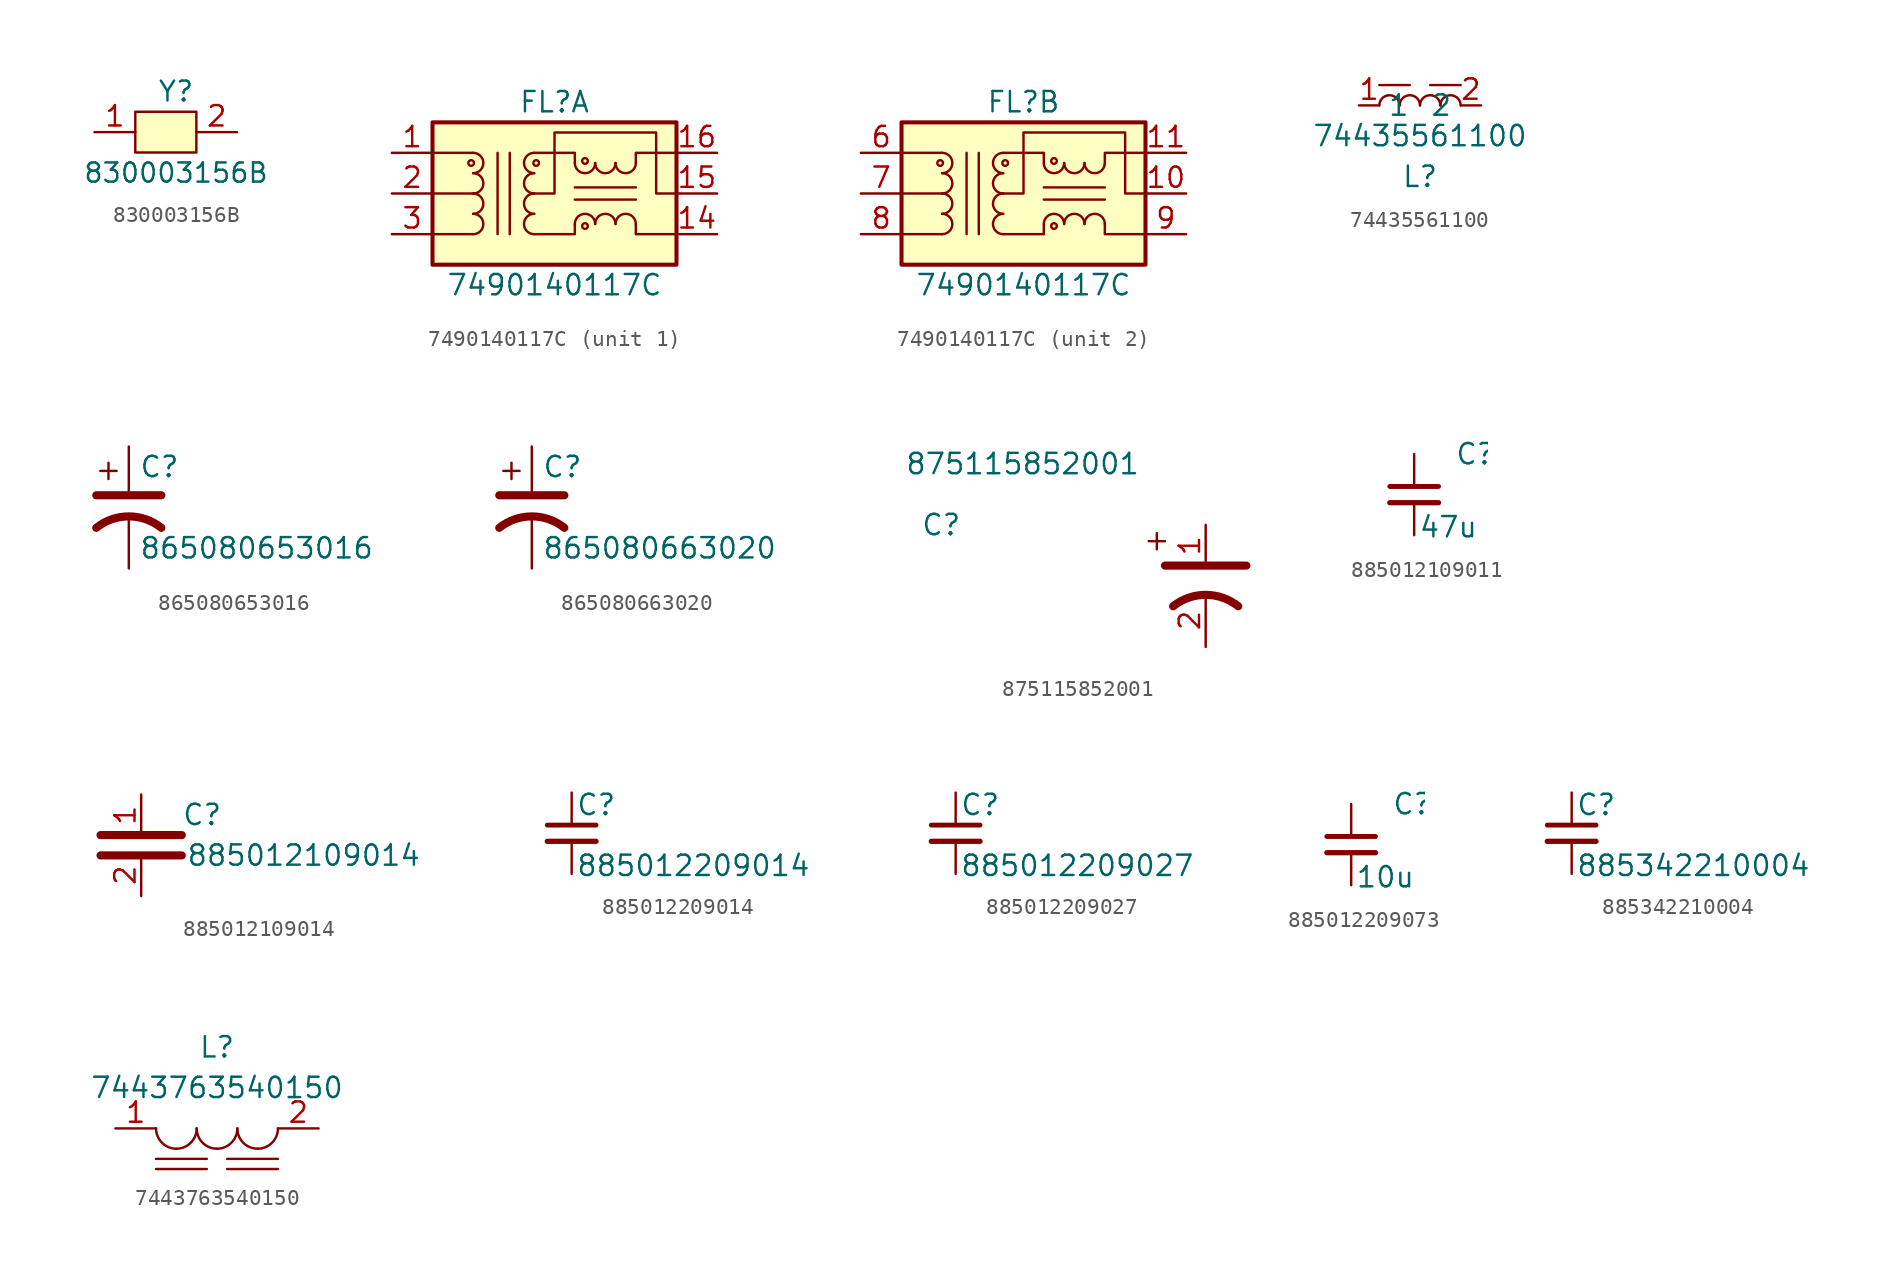
<source format=kicad_sym>
(kicad_symbol_lib
  (version 20231120)
  (generator "kicad_symbol_editor")
  (generator_version "8.0")
  (symbol "830003156B"
    (pin_names
      (offset 1.016))
    (property "Reference" "Y"
      (at 0 2.54 0)
      (effects (font (size 1.245 1.245))))
    (property "Value" "830003156B"
      (at 0 -2.54 0)
      (effects (font (size 1.194 1.194))))
    (symbol "830003156B_0_1"
      (rectangle (start -2.54 1.27) (end 1.27 -1.27) (stroke (width 0) (type default)) (fill (type background))))
    (symbol "830003156B_1_1"
      (pin bidirectional line (at -5.08 0 0) (length 2.54) (name "~" (effects (font (size 1.27 1.27)))) (number "1" (effects (font (size 1.27 1.27)))))
      (pin bidirectional line (at 3.81 0 180) (length 2.54) (name "~" (effects (font (size 1.27 1.27)))) (number "2" (effects (font (size 1.27 1.27)))))))
  (symbol "7490140117C"
    (pin_names
      (offset 0.254) hide)
    (property "Reference" "FL"
      (at 0 5.715 0)
      (effects (font (size 1.27 1.27))))
    (property "Value" "7490140117C"
      (at 0 -5.715 0)
      (effects (font (size 1.27 1.27))))
    (property "ki_locked" ""
      (at 0 0 0)
      (effects (font (size 1.27 1.27))))
    (symbol "7490140117C_1_1"
      (rectangle (start -7.62 4.445) (end 7.62 -4.445) (stroke (width 0.254) (type default)) (fill (type background)))
      (circle (center -5.207 1.905) (radius 0.178) (stroke (width 0) (type default)) (fill (type none)))
      (arc (start -5.08 -2.54) (mid -4.4477 -1.905) (end -5.08 -1.27) (stroke (width 0) (type default)) (fill (type none)))
      (arc (start -5.08 -1.27) (mid -4.4477 -0.635) (end -5.08 0) (stroke (width 0) (type default)) (fill (type none)))
      (arc (start -5.08 0) (mid -4.4477 0.635) (end -5.08 1.27) (stroke (width 0) (type default)) (fill (type none)))
      (arc (start -5.08 1.27) (mid -4.4477 1.905) (end -5.08 2.54) (stroke (width 0) (type default)) (fill (type none)))
      (arc (start -1.27 -1.27) (mid -1.9023 -1.905) (end -1.27 -2.54) (stroke (width 0) (type default)) (fill (type none)))
      (arc (start -1.27 0) (mid -1.9023 -0.635) (end -1.27 -1.27) (stroke (width 0) (type default)) (fill (type none)))
      (arc (start -1.27 1.27) (mid -1.9023 0.635) (end -1.27 0) (stroke (width 0) (type default)) (fill (type none)))
      (arc (start -1.27 2.54) (mid -1.9023 1.905) (end -1.27 1.27) (stroke (width 0) (type default)) (fill (type none)))
      (circle (center -1.143 1.905) (radius 0.178) (stroke (width 0) (type default)) (fill (type none)))
      (polyline (pts (xy -5.08 -2.54) (xy -7.62 -2.54)) (stroke (width 0) (type default)) (fill (type none)))
      (polyline (pts (xy -5.08 0) (xy -7.62 0)) (stroke (width 0) (type default)) (fill (type none)))
      (polyline (pts (xy -5.08 2.54) (xy -7.62 2.54)) (stroke (width 0) (type default)) (fill (type none)))
      (polyline (pts (xy -3.556 -2.54) (xy -3.556 2.54)) (stroke (width 0) (type default)) (fill (type none)))
      (polyline (pts (xy -2.794 2.54) (xy -2.794 -2.54)) (stroke (width 0) (type default)) (fill (type none)))
      (polyline (pts (xy 1.27 -0.381) (xy 5.08 -0.381)) (stroke (width 0) (type default)) (fill (type none)))
      (polyline (pts (xy 1.27 0.381) (xy 5.08 0.381)) (stroke (width 0) (type default)) (fill (type none)))
      (polyline (pts (xy -1.27 -2.54) (xy 1.27 -2.54) (xy 1.27 -1.905)) (stroke (width 0) (type default)) (fill (type none)))
      (polyline (pts (xy 1.27 1.905) (xy 1.27 2.54) (xy -1.27 2.54)) (stroke (width 0) (type default)) (fill (type none)))
      (polyline (pts (xy 5.08 -1.905) (xy 5.08 -2.54) (xy 7.62 -2.54)) (stroke (width 0) (type default)) (fill (type none)))
      (polyline (pts (xy 5.08 1.905) (xy 5.08 2.54) (xy 7.62 2.54)) (stroke (width 0) (type default)) (fill (type none)))
      (polyline (pts (xy -1.27 0) (xy 0 0) (xy 0 3.81) (xy 6.35 3.81) (xy 6.35 0) (xy 7.62 0)) (stroke (width 0) (type default)) (fill (type none)))
      (arc (start 1.27 1.905) (mid 1.905 1.2727) (end 2.54 1.905) (stroke (width 0) (type default)) (fill (type none)))
      (circle (center 1.905 -2.032) (radius 0.178) (stroke (width 0) (type default)) (fill (type none)))
      (circle (center 1.905 2.032) (radius 0.178) (stroke (width 0) (type default)) (fill (type none)))
      (arc (start 2.54 -1.905) (mid 1.905 -1.2727) (end 1.27 -1.905) (stroke (width 0) (type default)) (fill (type none)))
      (arc (start 2.54 1.905) (mid 3.175 1.2727) (end 3.81 1.905) (stroke (width 0) (type default)) (fill (type none)))
      (arc (start 3.81 -1.905) (mid 3.175 -1.2727) (end 2.54 -1.905) (stroke (width 0) (type default)) (fill (type none)))
      (arc (start 3.81 1.905) (mid 4.445 1.2727) (end 5.08 1.905) (stroke (width 0) (type default)) (fill (type none)))
      (arc (start 5.08 -1.905) (mid 4.445 -1.2727) (end 3.81 -1.905) (stroke (width 0) (type default)) (fill (type none)))
      (pin passive line (at -10.16 2.54 0) (length 2.54) (name "TD+" (effects (font (size 1.27 1.27)))) (number "1" (effects (font (size 1.27 1.27)))))
      (pin passive line (at 10.16 -2.54 180) (length 2.54) (name "TX-" (effects (font (size 1.27 1.27)))) (number "14" (effects (font (size 1.27 1.27)))))
      (pin passive line (at 10.16 0 180) (length 2.54) (name "CMT" (effects (font (size 1.27 1.27)))) (number "15" (effects (font (size 1.27 1.27)))))
      (pin passive line (at 10.16 2.54 180) (length 2.54) (name "TX+" (effects (font (size 1.27 1.27)))) (number "16" (effects (font (size 1.27 1.27)))))
      (pin passive line (at -10.16 0 0) (length 2.54) (name "TCT" (effects (font (size 1.27 1.27)))) (number "2" (effects (font (size 1.27 1.27)))))
      (pin passive line (at -10.16 -2.54 0) (length 2.54) (name "TD-" (effects (font (size 1.27 1.27)))) (number "3" (effects (font (size 1.27 1.27))))))
    (symbol "7490140117C_2_1"
      (rectangle (start -7.62 4.445) (end 7.62 -4.445) (stroke (width 0.254) (type default)) (fill (type background)))
      (circle (center -5.207 1.905) (radius 0.178) (stroke (width 0) (type default)) (fill (type none)))
      (arc (start -5.08 -2.54) (mid -4.4477 -1.905) (end -5.08 -1.27) (stroke (width 0) (type default)) (fill (type none)))
      (arc (start -5.08 -1.27) (mid -4.4477 -0.635) (end -5.08 0) (stroke (width 0) (type default)) (fill (type none)))
      (arc (start -5.08 0) (mid -4.4477 0.635) (end -5.08 1.27) (stroke (width 0) (type default)) (fill (type none)))
      (arc (start -5.08 1.27) (mid -4.4477 1.905) (end -5.08 2.54) (stroke (width 0) (type default)) (fill (type none)))
      (arc (start -1.27 -1.27) (mid -1.9023 -1.905) (end -1.27 -2.54) (stroke (width 0) (type default)) (fill (type none)))
      (arc (start -1.27 0) (mid -1.9023 -0.635) (end -1.27 -1.27) (stroke (width 0) (type default)) (fill (type none)))
      (arc (start -1.27 1.27) (mid -1.9023 0.635) (end -1.27 0) (stroke (width 0) (type default)) (fill (type none)))
      (arc (start -1.27 2.54) (mid -1.9023 1.905) (end -1.27 1.27) (stroke (width 0) (type default)) (fill (type none)))
      (circle (center -1.143 1.905) (radius 0.178) (stroke (width 0) (type default)) (fill (type none)))
      (polyline (pts (xy -5.08 -2.54) (xy -7.62 -2.54)) (stroke (width 0) (type default)) (fill (type none)))
      (polyline (pts (xy -5.08 0) (xy -7.62 0)) (stroke (width 0) (type default)) (fill (type none)))
      (polyline (pts (xy -5.08 2.54) (xy -7.62 2.54)) (stroke (width 0) (type default)) (fill (type none)))
      (polyline (pts (xy -3.556 -2.54) (xy -3.556 2.54)) (stroke (width 0) (type default)) (fill (type none)))
      (polyline (pts (xy -2.794 2.54) (xy -2.794 -2.54)) (stroke (width 0) (type default)) (fill (type none)))
      (polyline (pts (xy 1.27 -0.381) (xy 5.08 -0.381)) (stroke (width 0) (type default)) (fill (type none)))
      (polyline (pts (xy 1.27 0.381) (xy 5.08 0.381)) (stroke (width 0) (type default)) (fill (type none)))
      (polyline (pts (xy -1.27 -2.54) (xy 1.27 -2.54) (xy 1.27 -1.905)) (stroke (width 0) (type default)) (fill (type none)))
      (polyline (pts (xy 1.27 1.905) (xy 1.27 2.54) (xy -1.27 2.54)) (stroke (width 0) (type default)) (fill (type none)))
      (polyline (pts (xy 5.08 -1.905) (xy 5.08 -2.54) (xy 7.62 -2.54)) (stroke (width 0) (type default)) (fill (type none)))
      (polyline (pts (xy 5.08 1.905) (xy 5.08 2.54) (xy 7.62 2.54)) (stroke (width 0) (type default)) (fill (type none)))
      (polyline (pts (xy -1.27 0) (xy 0 0) (xy 0 3.81) (xy 6.35 3.81) (xy 6.35 0) (xy 7.62 0)) (stroke (width 0) (type default)) (fill (type none)))
      (arc (start 1.27 1.905) (mid 1.905 1.2727) (end 2.54 1.905) (stroke (width 0) (type default)) (fill (type none)))
      (circle (center 1.905 -2.032) (radius 0.178) (stroke (width 0) (type default)) (fill (type none)))
      (circle (center 1.905 2.032) (radius 0.178) (stroke (width 0) (type default)) (fill (type none)))
      (arc (start 2.54 -1.905) (mid 1.905 -1.2727) (end 1.27 -1.905) (stroke (width 0) (type default)) (fill (type none)))
      (arc (start 2.54 1.905) (mid 3.175 1.2727) (end 3.81 1.905) (stroke (width 0) (type default)) (fill (type none)))
      (arc (start 3.81 -1.905) (mid 3.175 -1.2727) (end 2.54 -1.905) (stroke (width 0) (type default)) (fill (type none)))
      (arc (start 3.81 1.905) (mid 4.445 1.2727) (end 5.08 1.905) (stroke (width 0) (type default)) (fill (type none)))
      (arc (start 5.08 -1.905) (mid 4.445 -1.2727) (end 3.81 -1.905) (stroke (width 0) (type default)) (fill (type none)))
      (pin passive line (at 10.16 0 180) (length 2.54) (name "CMT" (effects (font (size 1.27 1.27)))) (number "10" (effects (font (size 1.27 1.27)))))
      (pin passive line (at 10.16 2.54 180) (length 2.54) (name "RX+" (effects (font (size 1.27 1.27)))) (number "11" (effects (font (size 1.27 1.27)))))
      (pin passive line (at -10.16 2.54 0) (length 2.54) (name "RD+" (effects (font (size 1.27 1.27)))) (number "6" (effects (font (size 1.27 1.27)))))
      (pin passive line (at -10.16 0 0) (length 2.54) (name "RCT" (effects (font (size 1.27 1.27)))) (number "7" (effects (font (size 1.27 1.27)))))
      (pin passive line (at -10.16 -2.54 0) (length 2.54) (name "RD-" (effects (font (size 1.27 1.27)))) (number "8" (effects (font (size 1.27 1.27)))))
      (pin passive line (at 10.16 -2.54 180) (length 2.54) (name "RX-" (effects (font (size 1.27 1.27)))) (number "9" (effects (font (size 1.27 1.27)))))))
  (symbol "74435561100"
    (property "Reference" "L"
      (at 0 -4.445 0)
      (effects (font (size 1.27 1.27))))
    (property "Value" "74435561100"
      (at 0 -1.905 0)
      (effects (font (size 1.27 1.27))))
    (symbol "74435561100_0_1"
      (arc (start -1.27 0) (mid -1.905 0.6323) (end -2.54 0) (stroke (width 0) (type default)) (fill (type none)))
      (arc (start 0 0) (mid -0.635 0.6323) (end -1.27 0) (stroke (width 0) (type default)) (fill (type none)))
      (polyline (pts (xy -0.635 1.27) (xy -2.54 1.27)) (stroke (width 0) (type default)) (fill (type none)))
      (polyline (pts (xy 0.635 1.27) (xy 2.54 1.27)) (stroke (width 0) (type default)) (fill (type none)))
      (arc (start 1.27 0) (mid 0.635 0.6323) (end 0 0) (stroke (width 0) (type default)) (fill (type none)))
      (arc (start 2.54 0) (mid 1.905 0.6323) (end 1.27 0) (stroke (width 0) (type default)) (fill (type none))))
    (symbol "74435561100_1_1"
      (pin passive line (at -3.81 0 0) (length 1.27) (name "1" (effects (font (size 1.27 1.27)))) (number "1" (effects (font (size 1.27 1.27)))))
      (pin passive line (at 3.81 0 180) (length 1.27) (name "2" (effects (font (size 1.27 1.27)))) (number "2" (effects (font (size 1.27 1.27)))))))
  (symbol "865080653016"
    (pin_numbers hide)
    (pin_names
      (offset 0.254) hide)
    (property "Reference" "C"
      (at 0.635 2.54 0)
      (effects (font (size 1.27 1.27)) (justify left)))
    (property "Value" "865080653016"
      (at 0.635 -2.54 0)
      (effects (font (size 1.27 1.27)) (justify left)))
    (symbol "865080653016_0_1"
      (polyline (pts (xy -2.032 0.762) (xy 2.032 0.762)) (stroke (width 0.508) (type default)) (fill (type none)))
      (polyline (pts (xy -1.778 2.286) (xy -0.762 2.286)) (stroke (width 0) (type default)) (fill (type none)))
      (polyline (pts (xy -1.27 1.778) (xy -1.27 2.794)) (stroke (width 0) (type default)) (fill (type none)))
      (arc (start 2.032 -1.27) (mid 0 -0.5572) (end -2.032 -1.27) (stroke (width 0.508) (type default)) (fill (type none))))
    (symbol "865080653016_1_1"
      (pin passive line (at 0 3.81 270) (length 2.794) (name "~" (effects (font (size 1.27 1.27)))) (number "1" (effects (font (size 1.27 1.27)))))
      (pin passive line (at 0 -3.81 90) (length 3.302) (name "~" (effects (font (size 1.27 1.27)))) (number "2" (effects (font (size 1.27 1.27)))))))
  (symbol "865080663020"
    (pin_numbers hide)
    (pin_names
      (offset 0.254) hide)
    (property "Reference" "C"
      (at 0.635 2.54 0)
      (effects (font (size 1.27 1.27)) (justify left)))
    (property "Value" "865080663020"
      (at 0.635 -2.54 0)
      (effects (font (size 1.27 1.27)) (justify left)))
    (symbol "865080663020_0_1"
      (polyline (pts (xy -2.032 0.762) (xy 2.032 0.762)) (stroke (width 0.508) (type default)) (fill (type none)))
      (polyline (pts (xy -1.778 2.286) (xy -0.762 2.286)) (stroke (width 0) (type default)) (fill (type none)))
      (polyline (pts (xy -1.27 1.778) (xy -1.27 2.794)) (stroke (width 0) (type default)) (fill (type none)))
      (arc (start 2.032 -1.27) (mid 0 -0.5572) (end -2.032 -1.27) (stroke (width 0.508) (type default)) (fill (type none))))
    (symbol "865080663020_1_1"
      (pin passive line (at 0 3.81 270) (length 2.794) (name "~" (effects (font (size 1.27 1.27)))) (number "1" (effects (font (size 1.27 1.27)))))
      (pin passive line (at 0 -3.81 90) (length 3.302) (name "~" (effects (font (size 1.27 1.27)))) (number "2" (effects (font (size 1.27 1.27)))))))
  (symbol "875115852001"
    (property "Reference" "C"
      (at -16.51 -2.54 0)
      (effects (font (size 1.27 1.27))))
    (property "Value" "875115852001"
      (at -11.43 1.27 0)
      (effects (font (size 1.27 1.27))))
    (symbol "875115852001_0_1"
      (polyline (pts (xy -3.556 -3.556) (xy -2.54 -3.556)) (stroke (width 0) (type default)) (fill (type none)))
      (polyline (pts (xy -3.048 -4.064) (xy -3.048 -3.048)) (stroke (width 0) (type default)) (fill (type none)))
      (polyline (pts (xy -2.54 -5.08) (xy 2.54 -5.08)) (stroke (width 0.508) (type default)) (fill (type none)))
      (arc (start 2.032 -7.6201) (mid 0 -6.9073) (end -2.032 -7.6201) (stroke (width 0.508) (type default)) (fill (type none))))
    (symbol "875115852001_1_1"
      (pin passive line (at 0 -2.54 270) (length 2.6) (name "~" (effects (font (size 1.27 1.27)))) (number "1" (effects (font (size 1.27 1.27)))))
      (pin passive line (at 0 -10.16 90) (length 3.302) (name "~" (effects (font (size 1.27 1.27)))) (number "2" (effects (font (size 1.27 1.27)))))))
  (symbol "885012109011 "
    (pin_numbers hide)
    (pin_names
      (offset 0.254) hide)
    (property "Reference" "C"
      (at 2.54 2.54 0)
      (effects (font (size 1.27 1.27)) (justify left)))
    (property "Value" "47u"
      (at 0.254 -2.032 0)
      (effects (font (size 1.27 1.27)) (justify left)))
    (symbol "885012109011 _0_1"
      (polyline (pts (xy -1.524 -0.508) (xy 1.524 -0.508)) (stroke (width 0.33) (type default)) (fill (type none)))
      (polyline (pts (xy -1.524 0.508) (xy 1.524 0.508)) (stroke (width 0.305) (type default)) (fill (type none))))
    (symbol "885012109011 _1_1"
      (pin passive line (at 0 2.54 270) (length 2.032) (name "~" (effects (font (size 1.27 1.27)))) (number "1" (effects (font (size 1.27 1.27)))))
      (pin passive line (at 0 -2.54 90) (length 2.032) (name "~" (effects (font (size 1.27 1.27)))) (number "2" (effects (font (size 1.27 1.27)))))))
  (symbol "885012109014"
    (property "Reference" "C"
      (at 3.81 1.27 0)
      (effects (font (size 1.27 1.27))))
    (property "Value" "885012109014"
      (at 10.16 -1.27 0)
      (effects (font (size 1.27 1.27))))
    (symbol "885012109014_0_1"
      (polyline (pts (xy -2.54 -1.27) (xy 2.54 -1.27)) (stroke (width 0.508) (type default)) (fill (type none)))
      (polyline (pts (xy -2.54 0) (xy 2.54 0)) (stroke (width 0.508) (type default)) (fill (type none))))
    (symbol "885012109014_1_1"
      (pin passive line (at 0 2.54 270) (length 2.6) (name "~" (effects (font (size 1.27 1.27)))) (number "1" (effects (font (size 1.27 1.27)))))
      (pin passive line (at 0 -3.81 90) (length 2.6) (name "~" (effects (font (size 1.27 1.27)))) (number "2" (effects (font (size 1.27 1.27)))))))
  (symbol "885012209014"
    (pin_numbers hide)
    (pin_names
      (offset 0.254) hide)
    (property "Reference" "C"
      (at 0.254 1.778 0)
      (effects (font (size 1.27 1.27)) (justify left)))
    (property "Value" "885012209014"
      (at 0.254 -2.032 0)
      (effects (font (size 1.27 1.27)) (justify left)))
    (symbol "885012209014_0_1"
      (polyline (pts (xy -1.524 -0.508) (xy 1.524 -0.508)) (stroke (width 0.33) (type default)) (fill (type none)))
      (polyline (pts (xy -1.524 0.508) (xy 1.524 0.508)) (stroke (width 0.305) (type default)) (fill (type none))))
    (symbol "885012209014_1_1"
      (pin passive line (at 0 2.54 270) (length 2.032) (name "~" (effects (font (size 1.27 1.27)))) (number "1" (effects (font (size 1.27 1.27)))))
      (pin passive line (at 0 -2.54 90) (length 2.032) (name "~" (effects (font (size 1.27 1.27)))) (number "2" (effects (font (size 1.27 1.27)))))))
  (symbol "885012209027"
    (pin_numbers hide)
    (pin_names
      (offset 0.254) hide)
    (property "Reference" "C"
      (at 0.254 1.778 0)
      (effects (font (size 1.27 1.27)) (justify left)))
    (property "Value" "885012209027"
      (at 0.254 -2.032 0)
      (effects (font (size 1.27 1.27)) (justify left)))
    (symbol "885012209027_0_1"
      (polyline (pts (xy -1.524 -0.508) (xy 1.524 -0.508)) (stroke (width 0.33) (type default)) (fill (type none)))
      (polyline (pts (xy -1.524 0.508) (xy 1.524 0.508)) (stroke (width 0.305) (type default)) (fill (type none))))
    (symbol "885012209027_1_1"
      (pin passive line (at 0 2.54 270) (length 2.032) (name "~" (effects (font (size 1.27 1.27)))) (number "1" (effects (font (size 1.27 1.27)))))
      (pin passive line (at 0 -2.54 90) (length 2.032) (name "~" (effects (font (size 1.27 1.27)))) (number "2" (effects (font (size 1.27 1.27)))))))
  (symbol "885012209073 "
    (pin_numbers hide)
    (pin_names
      (offset 0.254) hide)
    (property "Reference" "C"
      (at 2.54 2.54 0)
      (effects (font (size 1.27 1.27)) (justify left)))
    (property "Value" "10u"
      (at 0.254 -2.032 0)
      (effects (font (size 1.27 1.27)) (justify left)))
    (symbol "885012209073 _0_1"
      (polyline (pts (xy -1.524 -0.508) (xy 1.524 -0.508)) (stroke (width 0.33) (type default)) (fill (type none)))
      (polyline (pts (xy -1.524 0.508) (xy 1.524 0.508)) (stroke (width 0.305) (type default)) (fill (type none))))
    (symbol "885012209073 _1_1"
      (pin passive line (at 0 2.54 270) (length 2.032) (name "~" (effects (font (size 1.27 1.27)))) (number "1" (effects (font (size 1.27 1.27)))))
      (pin passive line (at 0 -2.54 90) (length 2.032) (name "~" (effects (font (size 1.27 1.27)))) (number "2" (effects (font (size 1.27 1.27)))))))
  (symbol "885342210004"
    (pin_numbers hide)
    (pin_names
      (offset 0.254) hide)
    (property "Reference" "C"
      (at 0.254 1.778 0)
      (effects (font (size 1.27 1.27)) (justify left)))
    (property "Value" "885342210004"
      (at 0.254 -2.032 0)
      (effects (font (size 1.27 1.27)) (justify left)))
    (symbol "885342210004_0_1"
      (polyline (pts (xy -1.524 -0.508) (xy 1.524 -0.508)) (stroke (width 0.33) (type default)) (fill (type none)))
      (polyline (pts (xy -1.524 0.508) (xy 1.524 0.508)) (stroke (width 0.305) (type default)) (fill (type none))))
    (symbol "885342210004_1_1"
      (pin passive line (at 0 2.54 270) (length 2.032) (name "~" (effects (font (size 1.27 1.27)))) (number "1" (effects (font (size 1.27 1.27)))))
      (pin passive line (at 0 -2.54 90) (length 2.032) (name "~" (effects (font (size 1.27 1.27)))) (number "2" (effects (font (size 1.27 1.27)))))))
  (symbol "7443763540150"
    (pin_names
      (offset 0))
    (property "Reference" "L"
      (at 0 5.08 0)
      (effects (font (size 1.27 1.27))))
    (property "Value" "7443763540150"
      (at 0 2.54 0)
      (effects (font (size 1.27 1.27))))
    (symbol "7443763540150_0_1"
      (arc (start -3.81 0) (mid -3.438 -0.898) (end -2.54 -1.27) (stroke (width 0) (type default)) (fill (type none)))
      (arc (start -2.54 -1.27) (mid -1.642 -0.898) (end -1.27 0) (stroke (width 0) (type default)) (fill (type none)))
      (arc (start -1.27 0) (mid -0.898 -0.898) (end 0 -1.27) (stroke (width 0) (type default)) (fill (type none)))
      (arc (start 0 -1.27) (mid 0.898 -0.898) (end 1.27 0) (stroke (width 0) (type default)) (fill (type none)))
      (polyline (pts (xy -3.81 -1.905) (xy -0.635 -1.905)) (stroke (width 0) (type default)) (fill (type none)))
      (polyline (pts (xy -0.635 -2.54) (xy -3.81 -2.54)) (stroke (width 0) (type default)) (fill (type none)))
      (polyline (pts (xy 0.635 -1.905) (xy 3.81 -1.905)) (stroke (width 0) (type default)) (fill (type none)))
      (polyline (pts (xy 3.81 -2.54) (xy 0.635 -2.54)) (stroke (width 0) (type default)) (fill (type none)))
      (arc (start 1.27 0) (mid 1.642 -0.898) (end 2.54 -1.27) (stroke (width 0) (type default)) (fill (type none)))
      (arc (start 2.54 -1.27) (mid 3.438 -0.898) (end 3.81 0) (stroke (width 0) (type default)) (fill (type none))))
    (symbol "7443763540150_1_1"
      (pin passive line (at -6.35 0 0) (length 2.54) (name "" (effects (font (size 1.27 1.27)))) (number "1" (effects (font (size 1.27 1.27)))))
      (pin passive line (at 6.35 0 180) (length 2.54) (name "" (effects (font (size 1.27 1.27)))) (number "2" (effects (font (size 1.27 1.27))))))))
</source>
